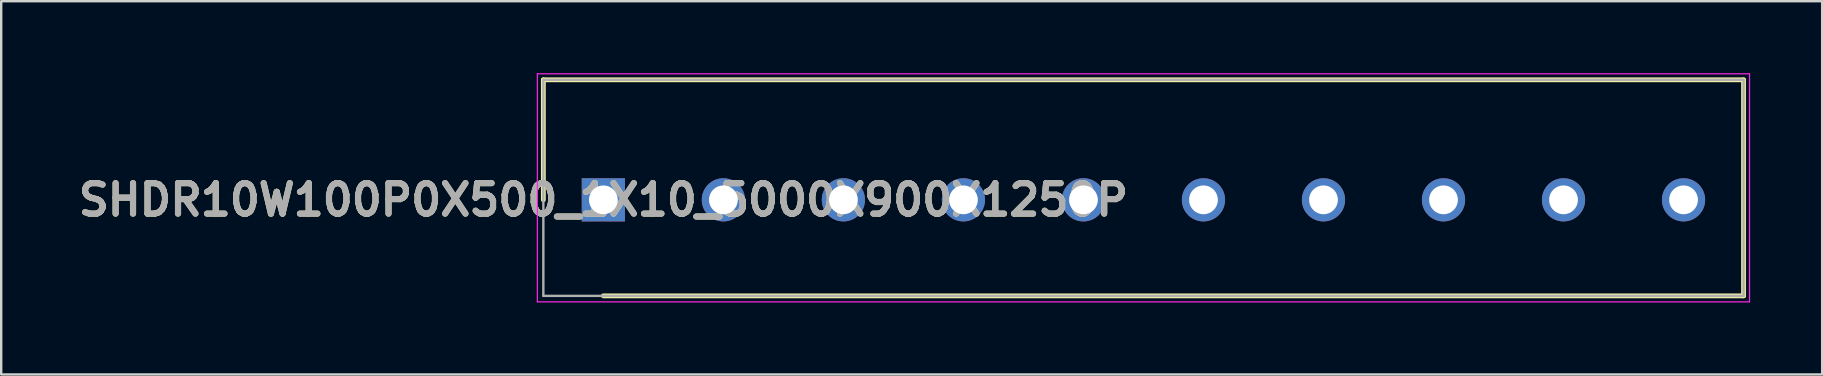
<source format=kicad_pcb>
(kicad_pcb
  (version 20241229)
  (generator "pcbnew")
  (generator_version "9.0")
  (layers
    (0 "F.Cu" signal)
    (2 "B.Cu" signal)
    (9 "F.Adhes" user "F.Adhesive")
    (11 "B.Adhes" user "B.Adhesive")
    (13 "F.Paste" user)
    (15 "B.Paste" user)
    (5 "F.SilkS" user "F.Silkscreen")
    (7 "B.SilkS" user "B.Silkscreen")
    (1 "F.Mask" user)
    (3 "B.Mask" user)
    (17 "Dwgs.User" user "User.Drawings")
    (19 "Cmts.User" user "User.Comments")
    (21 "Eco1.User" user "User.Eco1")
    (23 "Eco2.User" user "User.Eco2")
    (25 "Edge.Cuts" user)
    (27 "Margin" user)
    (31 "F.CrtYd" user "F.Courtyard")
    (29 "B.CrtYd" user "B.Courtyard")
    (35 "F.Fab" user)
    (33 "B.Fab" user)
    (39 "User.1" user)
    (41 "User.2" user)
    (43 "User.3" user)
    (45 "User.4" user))
  (footprint "SHDR10W100P0X500_1X10_5000X900X1250P"
    (layer "F.Cu")
    (at 22.086 5.275)
    (property "Reference" "SHDR10W100P0X500_1X10_5000X900X1250P" (at 0 0 0) (layer "F.SilkS") (effects (font (size 1.27 1.27) (thickness 0.254))))
    (attr through_hole)
    (fp_line (start -2.5 -5) (end -2.5 0) (stroke (width 0.2) (type solid)) (layer "F.SilkS"))
    (fp_line (start 0 4) (end 47.5 4) (stroke (width 0.2) (type solid)) (layer "F.SilkS"))
    (fp_line (start 47.5 -5) (end -2.5 -5) (stroke (width 0.2) (type solid)) (layer "F.SilkS"))
    (fp_line (start 47.5 4) (end 47.5 -5) (stroke (width 0.2) (type solid)) (layer "F.SilkS"))
    (fp_line (start -2.75 -5.25) (end 47.75 -5.25) (stroke (width 0.05) (type solid)) (layer "F.CrtYd"))
    (fp_line (start -2.75 4.25) (end -2.75 -5.25) (stroke (width 0.05) (type solid)) (layer "F.CrtYd"))
    (fp_line (start 47.75 -5.25) (end 47.75 4.25) (stroke (width 0.05) (type solid)) (layer "F.CrtYd"))
    (fp_line (start 47.75 4.25) (end -2.75 4.25) (stroke (width 0.05) (type solid)) (layer "F.CrtYd"))
    (fp_line (start -2.5 -5) (end 47.5 -5) (stroke (width 0.1) (type solid)) (layer "F.Fab"))
    (fp_line (start -2.5 4) (end -2.5 -5) (stroke (width 0.1) (type solid)) (layer "F.Fab"))
    (fp_line (start 47.5 -5) (end 47.5 4) (stroke (width 0.1) (type solid)) (layer "F.Fab"))
    (fp_line (start 47.5 4) (end -2.5 4) (stroke (width 0.1) (type solid)) (layer "F.Fab"))
    (fp_text user "${REFERENCE}" (at 0 0 0) (layer "F.Fab") (effects (font (size 1.27 1.27) (thickness 0.254))))
    (pad "1" thru_hole rect (at 0 0) (size 1.8 1.8) (drill 1.2) (layers "*.Cu" "*.Mask"))
    (pad "2" thru_hole circle (at 5 0) (size 1.8 1.8) (drill 1.2) (layers "*.Cu" "*.Mask"))
    (pad "3" thru_hole circle (at 10 0) (size 1.8 1.8) (drill 1.2) (layers "*.Cu" "*.Mask"))
    (pad "4" thru_hole circle (at 15 0) (size 1.8 1.8) (drill 1.2) (layers "*.Cu" "*.Mask"))
    (pad "5" thru_hole circle (at 20 0) (size 1.8 1.8) (drill 1.2) (layers "*.Cu" "*.Mask"))
    (pad "6" thru_hole circle (at 25 0) (size 1.8 1.8) (drill 1.2) (layers "*.Cu" "*.Mask"))
    (pad "7" thru_hole circle (at 30 0) (size 1.8 1.8) (drill 1.2) (layers "*.Cu" "*.Mask"))
    (pad "8" thru_hole circle (at 35 0) (size 1.8 1.8) (drill 1.2) (layers "*.Cu" "*.Mask"))
    (pad "9" thru_hole circle (at 40 0) (size 1.8 1.8) (drill 1.2) (layers "*.Cu" "*.Mask"))
    (pad "10" thru_hole circle (at 45 0) (size 1.8 1.8) (drill 1.2) (layers "*.Cu" "*.Mask")))
  (gr_rect
    (start -3 -3)
    (end 72.861 12.55)
    (stroke (width 0.1) (type default))
    (fill no)
    (layer "Edge.Cuts")))
</source>
